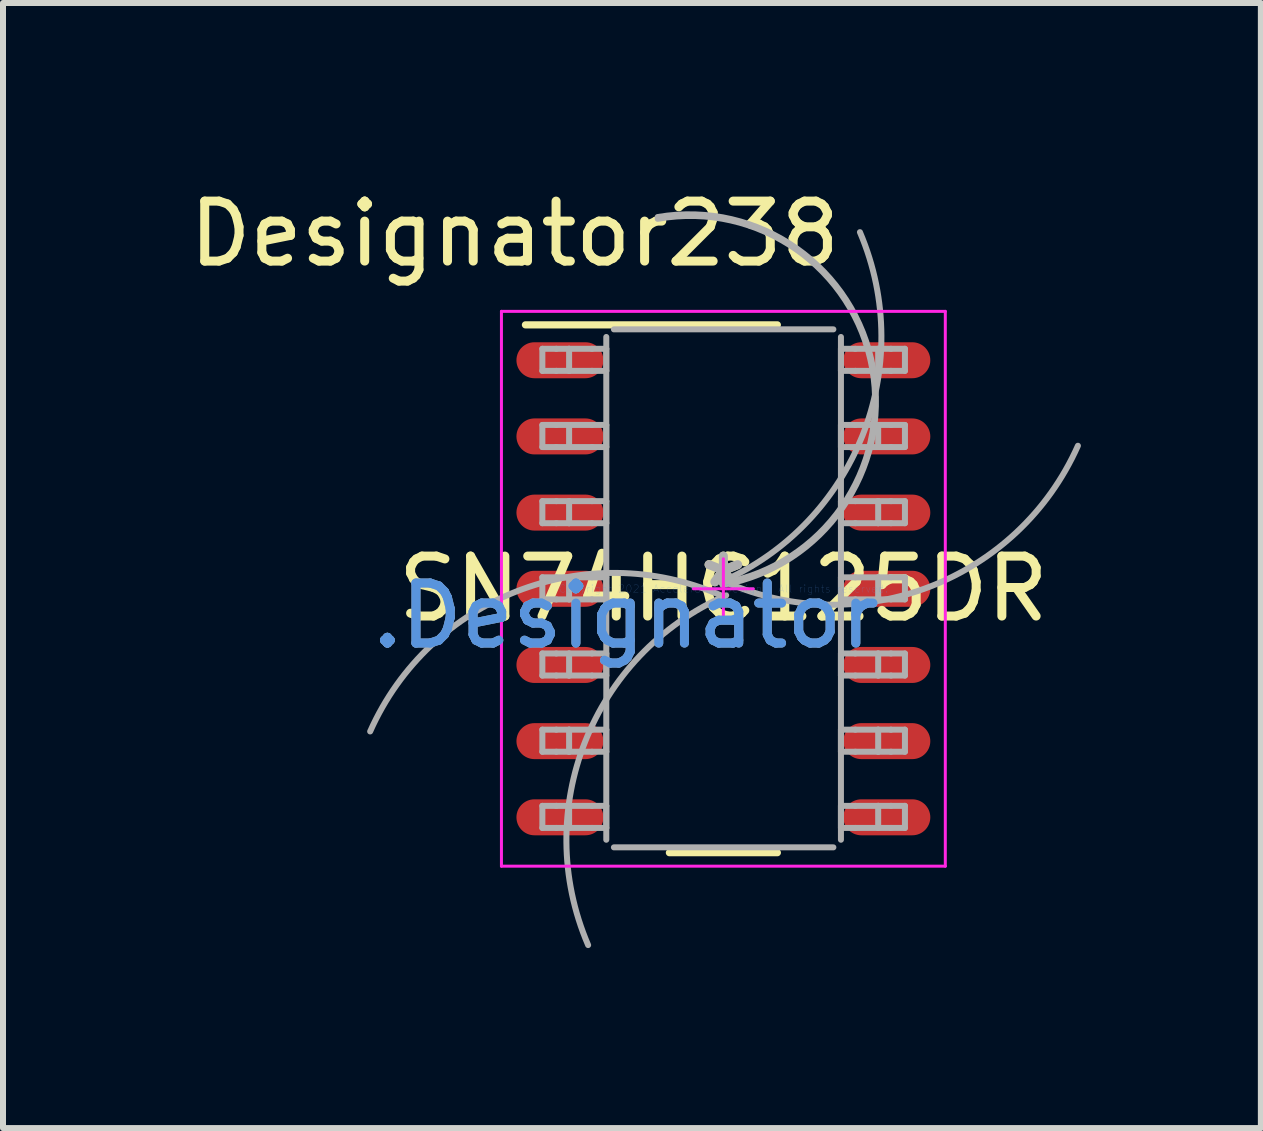
<source format=kicad_pcb>
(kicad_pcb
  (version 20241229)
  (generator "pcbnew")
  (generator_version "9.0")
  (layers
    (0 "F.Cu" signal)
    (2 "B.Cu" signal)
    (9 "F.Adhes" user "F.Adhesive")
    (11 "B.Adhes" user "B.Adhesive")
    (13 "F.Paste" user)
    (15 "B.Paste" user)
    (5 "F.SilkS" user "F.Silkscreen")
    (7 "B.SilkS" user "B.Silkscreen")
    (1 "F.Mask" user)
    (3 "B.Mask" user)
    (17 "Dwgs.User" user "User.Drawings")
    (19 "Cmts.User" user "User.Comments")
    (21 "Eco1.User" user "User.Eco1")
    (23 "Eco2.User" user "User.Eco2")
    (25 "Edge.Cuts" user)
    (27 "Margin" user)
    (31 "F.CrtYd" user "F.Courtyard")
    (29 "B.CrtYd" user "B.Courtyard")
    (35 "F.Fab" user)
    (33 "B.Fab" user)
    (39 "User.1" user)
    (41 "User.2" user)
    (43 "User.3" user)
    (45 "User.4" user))
  (footprint "SN74HC125DR"
    (layer "F.Cu")
    (at 9.01 6.766)
    (property "Reference" "SN74HC125DR" (at 0 0 0) (layer "F.SilkS") (effects (font (size 1 1) (thickness 0.15))))
    (attr through_hole)
    (fp_line (start -3.3 -4.4) (end 0.9 -4.4) (stroke (width 0.12) (type solid)) (layer "F.SilkS"))
    (fp_line (start -0.9 4.4) (end 0.9 4.4) (stroke (width 0.12) (type solid)) (layer "F.SilkS"))
    (fp_line (start -3.7 -4.625) (end 3.7 -4.625) (stroke (width 0.05) (type solid)) (layer "F.CrtYd"))
    (fp_line (start -3.7 4.625) (end -3.7 -4.625) (stroke (width 0.05) (type solid)) (layer "F.CrtYd"))
    (fp_line (start -3.7 4.625) (end 3.7 4.625) (stroke (width 0.05) (type solid)) (layer "F.CrtYd"))
    (fp_line (start -0.5 0) (end 0.5 0) (stroke (width 0.05) (type solid)) (layer "F.CrtYd"))
    (fp_line (start 0 0.5) (end 0 -0.5) (stroke (width 0.05) (type solid)) (layer "F.CrtYd"))
    (fp_line (start 3.7 4.625) (end 3.7 -4.625) (stroke (width 0.05) (type solid)) (layer "F.CrtYd"))
    (fp_line (start -3.018 -4.001) (end -2.785 -4.001) (stroke (width 0.1) (type solid)) (layer "F.Fab"))
    (fp_line (start -3.018 -3.633) (end -3.018 -4.001) (stroke (width 0.1) (type solid)) (layer "F.Fab"))
    (fp_line (start -3.018 -3.633) (end -2.785 -3.633) (stroke (width 0.1) (type solid)) (layer "F.Fab"))
    (fp_line (start -3.018 -2.731) (end -2.785 -2.731) (stroke (width 0.1) (type solid)) (layer "F.Fab"))
    (fp_line (start -3.018 -2.363) (end -3.018 -2.731) (stroke (width 0.1) (type solid)) (layer "F.Fab"))
    (fp_line (start -3.018 -2.363) (end -2.785 -2.363) (stroke (width 0.1) (type solid)) (layer "F.Fab"))
    (fp_line (start -3.018 -1.461) (end -2.785 -1.461) (stroke (width 0.1) (type solid)) (layer "F.Fab"))
    (fp_line (start -3.018 -1.093) (end -3.018 -1.461) (stroke (width 0.1) (type solid)) (layer "F.Fab"))
    (fp_line (start -3.018 -1.093) (end -2.785 -1.093) (stroke (width 0.1) (type solid)) (layer "F.Fab"))
    (fp_line (start -3.018 -0.191) (end -2.785 -0.191) (stroke (width 0.1) (type solid)) (layer "F.Fab"))
    (fp_line (start -3.018 0.177) (end -3.018 -0.191) (stroke (width 0.1) (type solid)) (layer "F.Fab"))
    (fp_line (start -3.018 0.177) (end -2.785 0.177) (stroke (width 0.1) (type solid)) (layer "F.Fab"))
    (fp_line (start -3.018 1.079) (end -2.785 1.079) (stroke (width 0.1) (type solid)) (layer "F.Fab"))
    (fp_line (start -3.018 1.447) (end -3.018 1.079) (stroke (width 0.1) (type solid)) (layer "F.Fab"))
    (fp_line (start -3.018 1.447) (end -2.785 1.447) (stroke (width 0.1) (type solid)) (layer "F.Fab"))
    (fp_line (start -3.018 2.349) (end -2.785 2.349) (stroke (width 0.1) (type solid)) (layer "F.Fab"))
    (fp_line (start -3.018 2.717) (end -3.018 2.349) (stroke (width 0.1) (type solid)) (layer "F.Fab"))
    (fp_line (start -3.018 2.717) (end -2.785 2.717) (stroke (width 0.1) (type solid)) (layer "F.Fab"))
    (fp_line (start -3.018 3.619) (end -2.785 3.619) (stroke (width 0.1) (type solid)) (layer "F.Fab"))
    (fp_line (start -3.018 3.987) (end -3.018 3.619) (stroke (width 0.1) (type solid)) (layer "F.Fab"))
    (fp_line (start -3.018 3.987) (end -2.785 3.987) (stroke (width 0.1) (type solid)) (layer "F.Fab"))
    (fp_line (start -2.785 -4.001) (end -2.572 -4.001) (stroke (width 0.1) (type solid)) (layer "F.Fab"))
    (fp_line (start -2.785 -3.633) (end -2.572 -3.633) (stroke (width 0.1) (type solid)) (layer "F.Fab"))
    (fp_line (start -2.785 -2.731) (end -2.572 -2.731) (stroke (width 0.1) (type solid)) (layer "F.Fab"))
    (fp_line (start -2.785 -2.363) (end -2.572 -2.363) (stroke (width 0.1) (type solid)) (layer "F.Fab"))
    (fp_line (start -2.785 -1.461) (end -2.572 -1.461) (stroke (width 0.1) (type solid)) (layer "F.Fab"))
    (fp_line (start -2.785 -1.093) (end -2.572 -1.093) (stroke (width 0.1) (type solid)) (layer "F.Fab"))
    (fp_line (start -2.785 -0.191) (end -2.572 -0.191) (stroke (width 0.1) (type solid)) (layer "F.Fab"))
    (fp_line (start -2.785 0.177) (end -2.572 0.177) (stroke (width 0.1) (type solid)) (layer "F.Fab"))
    (fp_line (start -2.785 1.079) (end -2.572 1.079) (stroke (width 0.1) (type solid)) (layer "F.Fab"))
    (fp_line (start -2.785 1.447) (end -2.572 1.447) (stroke (width 0.1) (type solid)) (layer "F.Fab"))
    (fp_line (start -2.785 2.349) (end -2.572 2.349) (stroke (width 0.1) (type solid)) (layer "F.Fab"))
    (fp_line (start -2.785 2.717) (end -2.572 2.717) (stroke (width 0.1) (type solid)) (layer "F.Fab"))
    (fp_line (start -2.785 3.619) (end -2.572 3.619) (stroke (width 0.1) (type solid)) (layer "F.Fab"))
    (fp_line (start -2.785 3.987) (end -2.572 3.987) (stroke (width 0.1) (type solid)) (layer "F.Fab"))
    (fp_line (start -2.572 -4.001) (end -2.191 -4.001) (stroke (width 0.1) (type solid)) (layer "F.Fab"))
    (fp_line (start -2.572 -3.633) (end -2.572 -4.001) (stroke (width 0.1) (type solid)) (layer "F.Fab"))
    (fp_line (start -2.572 -3.633) (end -2.191 -3.633) (stroke (width 0.1) (type solid)) (layer "F.Fab"))
    (fp_line (start -2.572 -2.731) (end -2.191 -2.731) (stroke (width 0.1) (type solid)) (layer "F.Fab"))
    (fp_line (start -2.572 -2.363) (end -2.572 -2.731) (stroke (width 0.1) (type solid)) (layer "F.Fab"))
    (fp_line (start -2.572 -2.363) (end -2.191 -2.363) (stroke (width 0.1) (type solid)) (layer "F.Fab"))
    (fp_line (start -2.572 -1.461) (end -2.191 -1.461) (stroke (width 0.1) (type solid)) (layer "F.Fab"))
    (fp_line (start -2.572 -1.093) (end -2.572 -1.461) (stroke (width 0.1) (type solid)) (layer "F.Fab"))
    (fp_line (start -2.572 -1.093) (end -2.191 -1.093) (stroke (width 0.1) (type solid)) (layer "F.Fab"))
    (fp_line (start -2.572 -0.191) (end -2.191 -0.191) (stroke (width 0.1) (type solid)) (layer "F.Fab"))
    (fp_line (start -2.572 0.177) (end -2.572 -0.191) (stroke (width 0.1) (type solid)) (layer "F.Fab"))
    (fp_line (start -2.572 0.177) (end -2.191 0.177) (stroke (width 0.1) (type solid)) (layer "F.Fab"))
    (fp_line (start -2.572 1.079) (end -2.191 1.079) (stroke (width 0.1) (type solid)) (layer "F.Fab"))
    (fp_line (start -2.572 1.447) (end -2.572 1.079) (stroke (width 0.1) (type solid)) (layer "F.Fab"))
    (fp_line (start -2.572 1.447) (end -2.191 1.447) (stroke (width 0.1) (type solid)) (layer "F.Fab"))
    (fp_line (start -2.572 2.349) (end -2.191 2.349) (stroke (width 0.1) (type solid)) (layer "F.Fab"))
    (fp_line (start -2.572 2.717) (end -2.572 2.349) (stroke (width 0.1) (type solid)) (layer "F.Fab"))
    (fp_line (start -2.572 2.717) (end -2.191 2.717) (stroke (width 0.1) (type solid)) (layer "F.Fab"))
    (fp_line (start -2.572 3.619) (end -2.191 3.619) (stroke (width 0.1) (type solid)) (layer "F.Fab"))
    (fp_line (start -2.572 3.987) (end -2.572 3.619) (stroke (width 0.1) (type solid)) (layer "F.Fab"))
    (fp_line (start -2.572 3.987) (end -2.191 3.987) (stroke (width 0.1) (type solid)) (layer "F.Fab"))
    (fp_line (start -2.191 -4.001) (end -1.952 -4.001) (stroke (width 0.1) (type solid)) (layer "F.Fab"))
    (fp_line (start -2.191 -3.633) (end -1.952 -3.633) (stroke (width 0.1) (type solid)) (layer "F.Fab"))
    (fp_line (start -2.191 -2.731) (end -1.952 -2.731) (stroke (width 0.1) (type solid)) (layer "F.Fab"))
    (fp_line (start -2.191 -2.363) (end -1.952 -2.363) (stroke (width 0.1) (type solid)) (layer "F.Fab"))
    (fp_line (start -2.191 -1.461) (end -1.952 -1.461) (stroke (width 0.1) (type solid)) (layer "F.Fab"))
    (fp_line (start -2.191 -1.093) (end -1.952 -1.093) (stroke (width 0.1) (type solid)) (layer "F.Fab"))
    (fp_line (start -2.191 -0.191) (end -1.952 -0.191) (stroke (width 0.1) (type solid)) (layer "F.Fab"))
    (fp_line (start -2.191 0.177) (end -1.952 0.177) (stroke (width 0.1) (type solid)) (layer "F.Fab"))
    (fp_line (start -2.191 1.079) (end -1.952 1.079) (stroke (width 0.1) (type solid)) (layer "F.Fab"))
    (fp_line (start -2.191 1.447) (end -1.952 1.447) (stroke (width 0.1) (type solid)) (layer "F.Fab"))
    (fp_line (start -2.191 2.349) (end -1.952 2.349) (stroke (width 0.1) (type solid)) (layer "F.Fab"))
    (fp_line (start -2.191 2.717) (end -1.952 2.717) (stroke (width 0.1) (type solid)) (layer "F.Fab"))
    (fp_line (start -2.191 3.619) (end -1.952 3.619) (stroke (width 0.1) (type solid)) (layer "F.Fab"))
    (fp_line (start -2.191 3.987) (end -1.952 3.987) (stroke (width 0.1) (type solid)) (layer "F.Fab"))
    (fp_line (start -1.952 -3.633) (end -1.952 -4.001) (stroke (width 0.1) (type solid)) (layer "F.Fab"))
    (fp_line (start -1.952 -2.363) (end -1.952 -2.731) (stroke (width 0.1) (type solid)) (layer "F.Fab"))
    (fp_line (start -1.952 -1.093) (end -1.952 -1.461) (stroke (width 0.1) (type solid)) (layer "F.Fab"))
    (fp_line (start -1.952 0.177) (end -1.952 -0.191) (stroke (width 0.1) (type solid)) (layer "F.Fab"))
    (fp_line (start -1.952 1.447) (end -1.952 1.079) (stroke (width 0.1) (type solid)) (layer "F.Fab"))
    (fp_line (start -1.952 2.717) (end -1.952 2.349) (stroke (width 0.1) (type solid)) (layer "F.Fab"))
    (fp_line (start -1.952 3.987) (end -1.952 3.619) (stroke (width 0.1) (type solid)) (layer "F.Fab"))
    (fp_line (start -1.952 4.184) (end -1.952 -4.198) (stroke (width 0.1) (type solid)) (layer "F.Fab"))
    (fp_line (start -1.825 -4.325) (end 1.834 -4.325) (stroke (width 0.1) (type solid)) (layer "F.Fab"))
    (fp_line (start -1.825 4.311) (end 1.834 4.311) (stroke (width 0.1) (type solid)) (layer "F.Fab"))
    (fp_line (start 1.96 -4.001) (end 2.2 -4.001) (stroke (width 0.1) (type solid)) (layer "F.Fab"))
    (fp_line (start 1.96 -3.633) (end 1.96 -4.001) (stroke (width 0.1) (type solid)) (layer "F.Fab"))
    (fp_line (start 1.96 -3.633) (end 2.2 -3.633) (stroke (width 0.1) (type solid)) (layer "F.Fab"))
    (fp_line (start 1.96 -2.731) (end 2.2 -2.731) (stroke (width 0.1) (type solid)) (layer "F.Fab"))
    (fp_line (start 1.96 -2.363) (end 1.96 -2.731) (stroke (width 0.1) (type solid)) (layer "F.Fab"))
    (fp_line (start 1.96 -2.363) (end 2.2 -2.363) (stroke (width 0.1) (type solid)) (layer "F.Fab"))
    (fp_line (start 1.96 -1.461) (end 2.2 -1.461) (stroke (width 0.1) (type solid)) (layer "F.Fab"))
    (fp_line (start 1.96 -1.093) (end 1.96 -1.461) (stroke (width 0.1) (type solid)) (layer "F.Fab"))
    (fp_line (start 1.96 -1.093) (end 2.2 -1.093) (stroke (width 0.1) (type solid)) (layer "F.Fab"))
    (fp_line (start 1.96 -0.191) (end 2.2 -0.191) (stroke (width 0.1) (type solid)) (layer "F.Fab"))
    (fp_line (start 1.96 0.177) (end 1.96 -0.191) (stroke (width 0.1) (type solid)) (layer "F.Fab"))
    (fp_line (start 1.96 0.177) (end 2.2 0.177) (stroke (width 0.1) (type solid)) (layer "F.Fab"))
    (fp_line (start 1.96 1.079) (end 2.2 1.079) (stroke (width 0.1) (type solid)) (layer "F.Fab"))
    (fp_line (start 1.96 1.447) (end 1.96 1.079) (stroke (width 0.1) (type solid)) (layer "F.Fab"))
    (fp_line (start 1.96 1.447) (end 2.2 1.447) (stroke (width 0.1) (type solid)) (layer "F.Fab"))
    (fp_line (start 1.96 2.349) (end 2.2 2.349) (stroke (width 0.1) (type solid)) (layer "F.Fab"))
    (fp_line (start 1.96 2.717) (end 1.96 2.349) (stroke (width 0.1) (type solid)) (layer "F.Fab"))
    (fp_line (start 1.96 2.717) (end 2.2 2.717) (stroke (width 0.1) (type solid)) (layer "F.Fab"))
    (fp_line (start 1.96 3.619) (end 2.2 3.619) (stroke (width 0.1) (type solid)) (layer "F.Fab"))
    (fp_line (start 1.96 3.987) (end 1.96 3.619) (stroke (width 0.1) (type solid)) (layer "F.Fab"))
    (fp_line (start 1.96 3.987) (end 2.2 3.987) (stroke (width 0.1) (type solid)) (layer "F.Fab"))
    (fp_line (start 1.96 4.184) (end 1.96 -4.198) (stroke (width 0.1) (type solid)) (layer "F.Fab"))
    (fp_line (start 2.2 -4.001) (end 2.581 -4.001) (stroke (width 0.1) (type solid)) (layer "F.Fab"))
    (fp_line (start 2.2 -3.633) (end 2.581 -3.633) (stroke (width 0.1) (type solid)) (layer "F.Fab"))
    (fp_line (start 2.2 -2.731) (end 2.581 -2.731) (stroke (width 0.1) (type solid)) (layer "F.Fab"))
    (fp_line (start 2.2 -2.363) (end 2.581 -2.363) (stroke (width 0.1) (type solid)) (layer "F.Fab"))
    (fp_line (start 2.2 -1.461) (end 2.581 -1.461) (stroke (width 0.1) (type solid)) (layer "F.Fab"))
    (fp_line (start 2.2 -1.093) (end 2.581 -1.093) (stroke (width 0.1) (type solid)) (layer "F.Fab"))
    (fp_line (start 2.2 -0.191) (end 2.581 -0.191) (stroke (width 0.1) (type solid)) (layer "F.Fab"))
    (fp_line (start 2.2 0.177) (end 2.581 0.177) (stroke (width 0.1) (type solid)) (layer "F.Fab"))
    (fp_line (start 2.2 1.079) (end 2.581 1.079) (stroke (width 0.1) (type solid)) (layer "F.Fab"))
    (fp_line (start 2.2 1.447) (end 2.581 1.447) (stroke (width 0.1) (type solid)) (layer "F.Fab"))
    (fp_line (start 2.2 2.349) (end 2.581 2.349) (stroke (width 0.1) (type solid)) (layer "F.Fab"))
    (fp_line (start 2.2 2.717) (end 2.581 2.717) (stroke (width 0.1) (type solid)) (layer "F.Fab"))
    (fp_line (start 2.2 3.619) (end 2.581 3.619) (stroke (width 0.1) (type solid)) (layer "F.Fab"))
    (fp_line (start 2.2 3.987) (end 2.581 3.987) (stroke (width 0.1) (type solid)) (layer "F.Fab"))
    (fp_line (start 2.581 -4.001) (end 2.794 -4.001) (stroke (width 0.1) (type solid)) (layer "F.Fab"))
    (fp_line (start 2.581 -3.633) (end 2.581 -4.001) (stroke (width 0.1) (type solid)) (layer "F.Fab"))
    (fp_line (start 2.581 -3.633) (end 2.794 -3.633) (stroke (width 0.1) (type solid)) (layer "F.Fab"))
    (fp_line (start 2.581 -2.731) (end 2.794 -2.731) (stroke (width 0.1) (type solid)) (layer "F.Fab"))
    (fp_line (start 2.581 -2.363) (end 2.581 -2.731) (stroke (width 0.1) (type solid)) (layer "F.Fab"))
    (fp_line (start 2.581 -2.363) (end 2.794 -2.363) (stroke (width 0.1) (type solid)) (layer "F.Fab"))
    (fp_line (start 2.581 -1.461) (end 2.794 -1.461) (stroke (width 0.1) (type solid)) (layer "F.Fab"))
    (fp_line (start 2.581 -1.093) (end 2.581 -1.461) (stroke (width 0.1) (type solid)) (layer "F.Fab"))
    (fp_line (start 2.581 -1.093) (end 2.794 -1.093) (stroke (width 0.1) (type solid)) (layer "F.Fab"))
    (fp_line (start 2.581 -0.191) (end 2.794 -0.191) (stroke (width 0.1) (type solid)) (layer "F.Fab"))
    (fp_line (start 2.581 0.177) (end 2.581 -0.191) (stroke (width 0.1) (type solid)) (layer "F.Fab"))
    (fp_line (start 2.581 0.177) (end 2.794 0.177) (stroke (width 0.1) (type solid)) (layer "F.Fab"))
    (fp_line (start 2.581 1.079) (end 2.794 1.079) (stroke (width 0.1) (type solid)) (layer "F.Fab"))
    (fp_line (start 2.581 1.447) (end 2.581 1.079) (stroke (width 0.1) (type solid)) (layer "F.Fab"))
    (fp_line (start 2.581 1.447) (end 2.794 1.447) (stroke (width 0.1) (type solid)) (layer "F.Fab"))
    (fp_line (start 2.581 2.349) (end 2.794 2.349) (stroke (width 0.1) (type solid)) (layer "F.Fab"))
    (fp_line (start 2.581 2.717) (end 2.581 2.349) (stroke (width 0.1) (type solid)) (layer "F.Fab"))
    (fp_line (start 2.581 2.717) (end 2.794 2.717) (stroke (width 0.1) (type solid)) (layer "F.Fab"))
    (fp_line (start 2.581 3.619) (end 2.794 3.619) (stroke (width 0.1) (type solid)) (layer "F.Fab"))
    (fp_line (start 2.581 3.987) (end 2.581 3.619) (stroke (width 0.1) (type solid)) (layer "F.Fab"))
    (fp_line (start 2.581 3.987) (end 2.794 3.987) (stroke (width 0.1) (type solid)) (layer "F.Fab"))
    (fp_line (start 2.794 -4.001) (end 3.027 -4.001) (stroke (width 0.1) (type solid)) (layer "F.Fab"))
    (fp_line (start 2.794 -3.633) (end 3.027 -3.633) (stroke (width 0.1) (type solid)) (layer "F.Fab"))
    (fp_line (start 2.794 -2.731) (end 3.027 -2.731) (stroke (width 0.1) (type solid)) (layer "F.Fab"))
    (fp_line (start 2.794 -2.363) (end 3.027 -2.363) (stroke (width 0.1) (type solid)) (layer "F.Fab"))
    (fp_line (start 2.794 -1.461) (end 3.027 -1.461) (stroke (width 0.1) (type solid)) (layer "F.Fab"))
    (fp_line (start 2.794 -1.093) (end 3.027 -1.093) (stroke (width 0.1) (type solid)) (layer "F.Fab"))
    (fp_line (start 2.794 -0.191) (end 3.027 -0.191) (stroke (width 0.1) (type solid)) (layer "F.Fab"))
    (fp_line (start 2.794 0.177) (end 3.027 0.177) (stroke (width 0.1) (type solid)) (layer "F.Fab"))
    (fp_line (start 2.794 1.079) (end 3.027 1.079) (stroke (width 0.1) (type solid)) (layer "F.Fab"))
    (fp_line (start 2.794 1.447) (end 3.027 1.447) (stroke (width 0.1) (type solid)) (layer "F.Fab"))
    (fp_line (start 2.794 2.349) (end 3.027 2.349) (stroke (width 0.1) (type solid)) (layer "F.Fab"))
    (fp_line (start 2.794 2.717) (end 3.027 2.717) (stroke (width 0.1) (type solid)) (layer "F.Fab"))
    (fp_line (start 2.794 3.619) (end 3.027 3.619) (stroke (width 0.1) (type solid)) (layer "F.Fab"))
    (fp_line (start 2.794 3.987) (end 3.027 3.987) (stroke (width 0.1) (type solid)) (layer "F.Fab"))
    (fp_line (start 3.027 -3.633) (end 3.027 -4.001) (stroke (width 0.1) (type solid)) (layer "F.Fab"))
    (fp_line (start 3.027 -2.363) (end 3.027 -2.731) (stroke (width 0.1) (type solid)) (layer "F.Fab"))
    (fp_line (start 3.027 -1.093) (end 3.027 -1.461) (stroke (width 0.1) (type solid)) (layer "F.Fab"))
    (fp_line (start 3.027 0.177) (end 3.027 -0.191) (stroke (width 0.1) (type solid)) (layer "F.Fab"))
    (fp_line (start 3.027 1.447) (end 3.027 1.079) (stroke (width 0.1) (type solid)) (layer "F.Fab"))
    (fp_line (start 3.027 2.717) (end 3.027 2.349) (stroke (width 0.1) (type solid)) (layer "F.Fab"))
    (fp_line (start 3.027 3.987) (end 3.027 3.619) (stroke (width 0.1) (type solid)) (layer "F.Fab"))
    (fp_arc (start -5.88889 2.378651) (mid -3.437371 0.039481) (end -0.049569 0.106286) (stroke (width 0.1) (type solid)) (layer "F.Fab"))
    (fp_arc (start -2.254659 5.94005) (mid -2.305224 2.550686) (end 0.046572 0.109499) (stroke (width 0.1) (type solid)) (layer "F.Fab"))
    (fp_arc (start -1.095001 -6.198029) (mid 2.512286 -3.671658) (end -0.014085 -0.064371) (stroke (width 0.1) (type solid)) (layer "F.Fab"))
    (fp_arc (start -1.095001 -6.167706) (mid 2.481963 -3.671658) (end -0.014085 -0.094694) (stroke (width 0.1) (type solid)) (layer "F.Fab"))
    (fp_arc (start 2.276755 -5.9456) (mid 2.31745 -2.549132) (end -0.046355 -0.109855) (stroke (width 0.1) (type solid)) (layer "F.Fab"))
    (fp_arc (start 5.910987 -2.384251) (mid 3.449608 -0.037951) (end 0.049785 -0.106641) (stroke (width 0.1) (type solid)) (layer "F.Fab"))
    (fp_text user "*" (at 0 0 0) (layer "F.SilkS") (effects (font (size 1 1) (thickness 0.15))))
    (fp_text user "Designator238" (at -3.48 -5.918 0) (layer "F.SilkS") (effects (font (size 1 1) (thickness 0.15))))
    (fp_text user "Copyright 2021 Accelerated Designs. All rights reserved." (at 0 0 0) (layer "Cmts.User") (effects (font (size 0.127 0.127) (thickness 0.002))))
    (fp_text user ".Designator" (at -1.625 0.45 0) (layer "Cmts.User") (effects (font (size 1 1) (thickness 0.15))))
    (fp_text user ".Designator" (at -1.625 0.45 0) (layer "F.Fab") (effects (font (size 1 1) (thickness 0.15))))
    (fp_text user "*" (at 0 0 0) (layer "F.Fab") (effects (font (size 1 1) (thickness 0.15))))
    (pad "1" smd oval (at -2.725 -3.81 90) (size 0.6 1.45) (layers "F.Cu" "F.Mask" "F.Paste"))
    (pad "2" smd oval (at -2.725 -2.54 90) (size 0.6 1.45) (layers "F.Cu" "F.Mask" "F.Paste"))
    (pad "3" smd oval (at -2.725 -1.27 90) (size 0.6 1.45) (layers "F.Cu" "F.Mask" "F.Paste"))
    (pad "4" smd oval (at -2.725 0 90) (size 0.6 1.45) (layers "F.Cu" "F.Mask" "F.Paste"))
    (pad "5" smd oval (at -2.725 1.27 90) (size 0.6 1.45) (layers "F.Cu" "F.Mask" "F.Paste"))
    (pad "6" smd oval (at -2.725 2.54 90) (size 0.6 1.45) (layers "F.Cu" "F.Mask" "F.Paste"))
    (pad "7" smd oval (at -2.725 3.81 90) (size 0.6 1.45) (layers "F.Cu" "F.Mask" "F.Paste"))
    (pad "8" smd oval (at 2.725 3.81 90) (size 0.6 1.45) (layers "F.Cu" "F.Mask" "F.Paste"))
    (pad "9" smd oval (at 2.725 2.54 90) (size 0.6 1.45) (layers "F.Cu" "F.Mask" "F.Paste"))
    (pad "10" smd oval (at 2.725 1.27 90) (size 0.6 1.45) (layers "F.Cu" "F.Mask" "F.Paste"))
    (pad "11" smd oval (at 2.725 0 90) (size 0.6 1.45) (layers "F.Cu" "F.Mask" "F.Paste"))
    (pad "12" smd oval (at 2.725 -1.27 90) (size 0.6 1.45) (layers "F.Cu" "F.Mask" "F.Paste"))
    (pad "13" smd oval (at 2.725 -2.54 90) (size 0.6 1.45) (layers "F.Cu" "F.Mask" "F.Paste"))
    (pad "14" smd oval (at 2.725 -3.81 90) (size 0.6 1.45) (layers "F.Cu" "F.Mask" "F.Paste")))
  (gr_rect
    (start -3 -3)
    (end 17.971 15.757)
    (stroke (width 0.1) (type default))
    (fill no)
    (layer "Edge.Cuts")))
</source>
